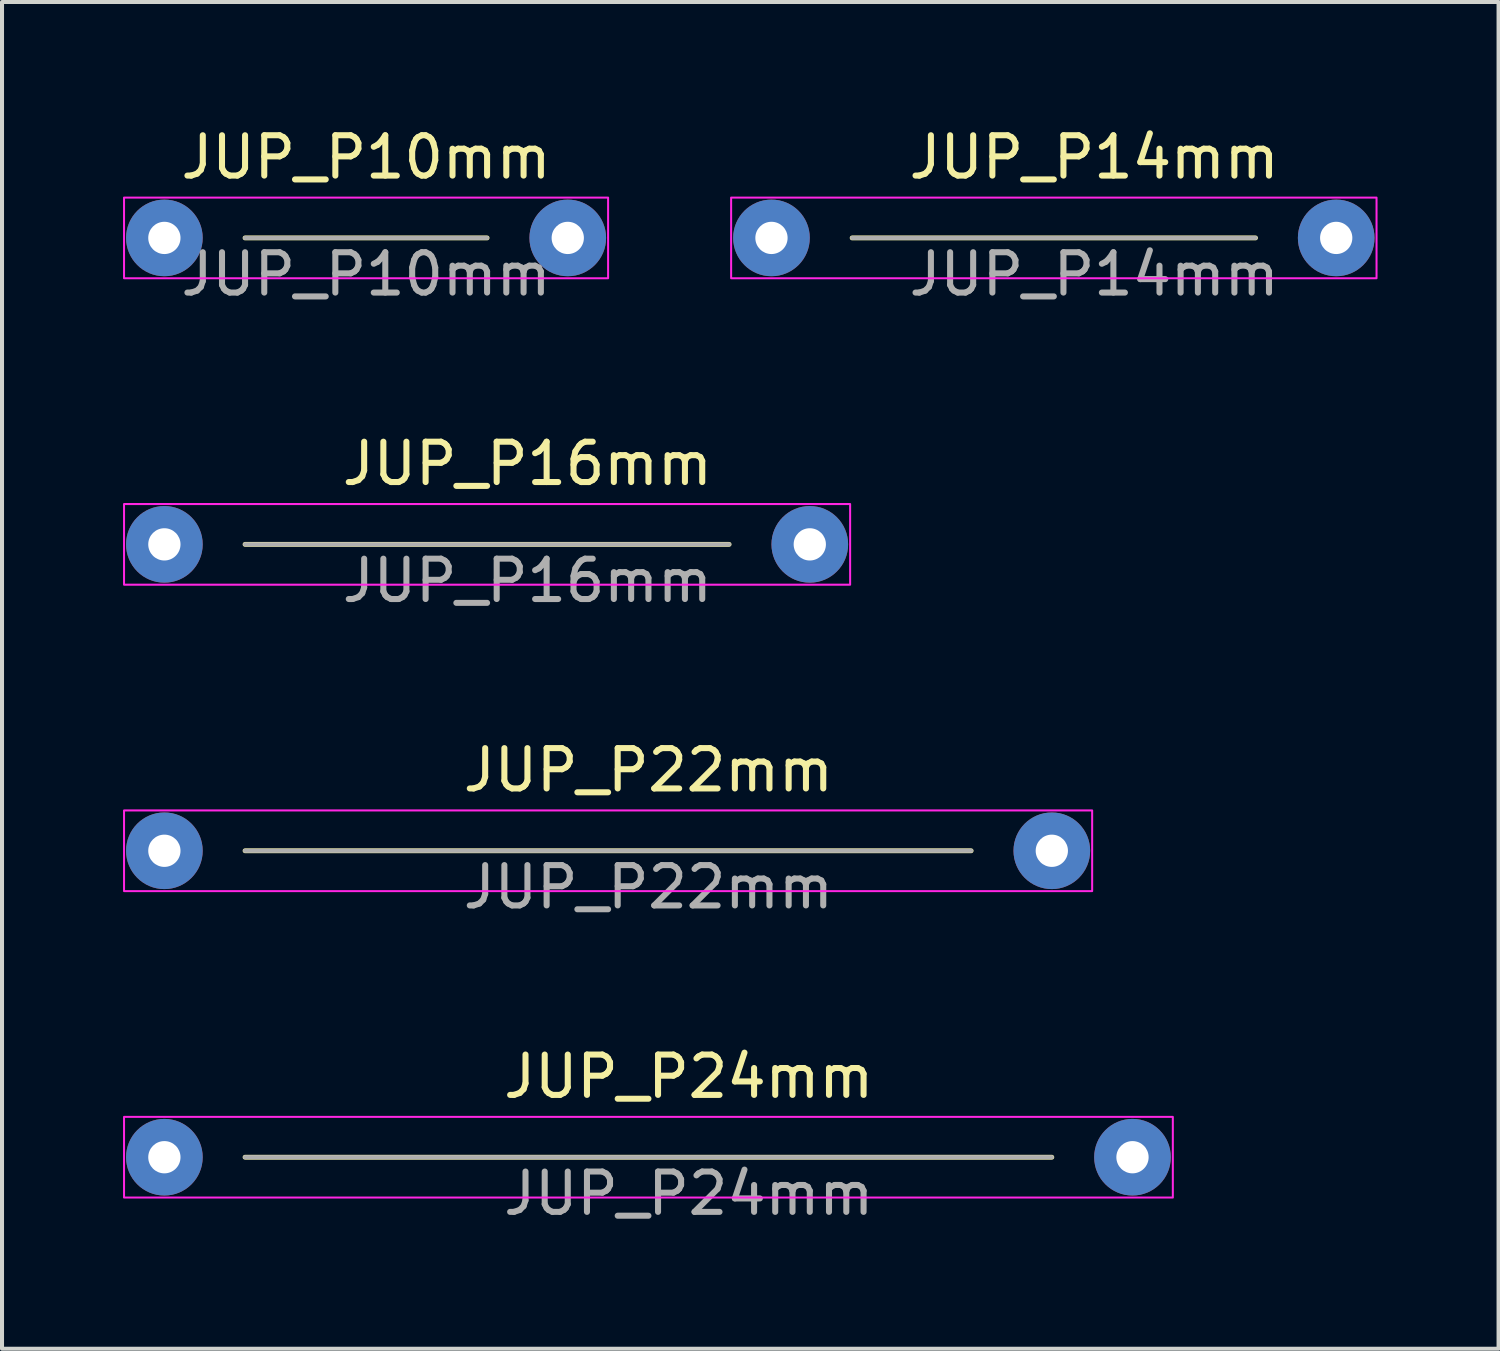
<source format=kicad_pcb>
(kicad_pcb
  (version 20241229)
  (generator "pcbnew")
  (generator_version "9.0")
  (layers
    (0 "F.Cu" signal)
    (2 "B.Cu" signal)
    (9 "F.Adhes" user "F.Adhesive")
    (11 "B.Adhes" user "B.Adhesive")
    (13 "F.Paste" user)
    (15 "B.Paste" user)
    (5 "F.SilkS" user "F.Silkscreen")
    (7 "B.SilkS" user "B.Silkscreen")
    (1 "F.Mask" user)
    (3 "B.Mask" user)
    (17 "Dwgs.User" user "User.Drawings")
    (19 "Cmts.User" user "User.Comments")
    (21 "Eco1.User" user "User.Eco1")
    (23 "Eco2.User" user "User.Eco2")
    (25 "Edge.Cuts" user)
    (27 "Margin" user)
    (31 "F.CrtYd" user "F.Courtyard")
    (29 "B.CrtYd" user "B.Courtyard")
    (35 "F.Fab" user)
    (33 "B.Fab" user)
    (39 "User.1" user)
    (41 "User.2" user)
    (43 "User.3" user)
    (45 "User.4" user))
  (footprint "JUP_P24mm"
    (layer "F.Cu")
    (at 13.025 25.638)
    (property "Reference" "JUP_P24mm" (at 1 -2 0) (unlocked yes) (layer "F.SilkS") (effects (font (size 1 1) (thickness 0.15))))
    (attr through_hole)
    (fp_line (start -10 0) (end 10 0) (stroke (width 0.12) (type solid)) (layer "F.SilkS"))
    (fp_rect (start -13 -1) (end 13 1) (stroke (width 0.05) (type solid)) (fill no) (layer "F.CrtYd"))
    (fp_line (start -10 0) (end 10 0) (stroke (width 0.1) (type solid)) (layer "F.Fab"))
    (fp_text user "${REFERENCE}" (at 1 0.9 0) (unlocked yes) (layer "F.Fab") (effects (font (size 1 1) (thickness 0.15))))
    (pad "1" thru_hole circle (at -12 0) (size 1.9 1.9) (drill 0.8) (layers "*.Cu" "*.Mask"))
    (pad "2" thru_hole circle (at 12 0) (size 1.9 1.9) (drill 0.8) (layers "*.Cu" "*.Mask")))
  (footprint "JUP_P22mm"
    (layer "F.Cu")
    (at 12.025 18.041)
    (property "Reference" "JUP_P22mm" (at 1 -2 0) (unlocked yes) (layer "F.SilkS") (effects (font (size 1 1) (thickness 0.15))))
    (attr through_hole)
    (fp_line (start -9 0) (end 9 0) (stroke (width 0.12) (type solid)) (layer "F.SilkS"))
    (fp_rect (start -12 -1) (end 12 1) (stroke (width 0.05) (type solid)) (fill no) (layer "F.CrtYd"))
    (fp_line (start -9 0) (end 9 0) (stroke (width 0.1) (type solid)) (layer "F.Fab"))
    (fp_text user "${REFERENCE}" (at 1 0.9 0) (unlocked yes) (layer "F.Fab") (effects (font (size 1 1) (thickness 0.15))))
    (pad "1" thru_hole circle (at -11 0) (size 1.9 1.9) (drill 0.8) (layers "*.Cu" "*.Mask"))
    (pad "2" thru_hole circle (at 11 0) (size 1.9 1.9) (drill 0.8) (layers "*.Cu" "*.Mask")))
  (footprint "JUP_P10mm"
    (layer "F.Cu")
    (at 6.025 2.848)
    (property "Reference" "JUP_P10mm" (at 0 -2 0) (unlocked yes) (layer "F.SilkS") (effects (font (size 1 1) (thickness 0.15))))
    (attr through_hole)
    (fp_line (start -3 0) (end 3 0) (stroke (width 0.12) (type solid)) (layer "F.SilkS"))
    (fp_rect (start -6 -1) (end 6 1) (stroke (width 0.05) (type solid)) (fill no) (layer "F.CrtYd"))
    (fp_line (start -3 0) (end 3 0) (stroke (width 0.1) (type solid)) (layer "F.Fab"))
    (fp_text user "${REFERENCE}" (at 0 0.9 0) (unlocked yes) (layer "F.Fab") (effects (font (size 1 1) (thickness 0.15))))
    (pad "1" thru_hole circle (at -5 0) (size 1.9 1.9) (drill 0.8) (layers "*.Cu" "*.Mask"))
    (pad "2" thru_hole circle (at 5 0) (size 1.9 1.9) (drill 0.8) (layers "*.Cu" "*.Mask")))
  (footprint "JUP_P14mm"
    (layer "F.Cu")
    (at 23.075 2.848)
    (property "Reference" "JUP_P14mm" (at 1 -2 0) (unlocked yes) (layer "F.SilkS") (effects (font (size 1 1) (thickness 0.15))))
    (attr through_hole)
    (fp_line (start -5 0) (end 5 0) (stroke (width 0.12) (type solid)) (layer "F.SilkS"))
    (fp_rect (start -8 -1) (end 8 1) (stroke (width 0.05) (type solid)) (fill no) (layer "F.CrtYd"))
    (fp_line (start -5 0) (end 5 0) (stroke (width 0.1) (type solid)) (layer "F.Fab"))
    (fp_text user "${REFERENCE}" (at 1 0.9 0) (unlocked yes) (layer "F.Fab") (effects (font (size 1 1) (thickness 0.15))))
    (pad "1" thru_hole circle (at -7 0) (size 1.9 1.9) (drill 0.8) (layers "*.Cu" "*.Mask"))
    (pad "2" thru_hole circle (at 7 0) (size 1.9 1.9) (drill 0.8) (layers "*.Cu" "*.Mask")))
  (footprint "JUP_P16mm"
    (layer "F.Cu")
    (at 9.025 10.445)
    (property "Reference" "JUP_P16mm" (at 1 -2 0) (unlocked yes) (layer "F.SilkS") (effects (font (size 1 1) (thickness 0.15))))
    (attr through_hole)
    (fp_line (start -6 0) (end 6 0) (stroke (width 0.12) (type solid)) (layer "F.SilkS"))
    (fp_rect (start -9 -1) (end 9 1) (stroke (width 0.05) (type solid)) (fill no) (layer "F.CrtYd"))
    (fp_line (start -6 0) (end 6 0) (stroke (width 0.1) (type solid)) (layer "F.Fab"))
    (fp_text user "${REFERENCE}" (at 1 0.9 0) (unlocked yes) (layer "F.Fab") (effects (font (size 1 1) (thickness 0.15))))
    (pad "1" thru_hole circle (at -8 0) (size 1.9 1.9) (drill 0.8) (layers "*.Cu" "*.Mask"))
    (pad "2" thru_hole circle (at 8 0) (size 1.9 1.9) (drill 0.8) (layers "*.Cu" "*.Mask")))
  (gr_rect
    (start -3 -3)
    (end 34.1 30.386)
    (stroke (width 0.1) (type default))
    (fill no)
    (layer "Edge.Cuts")))
</source>
